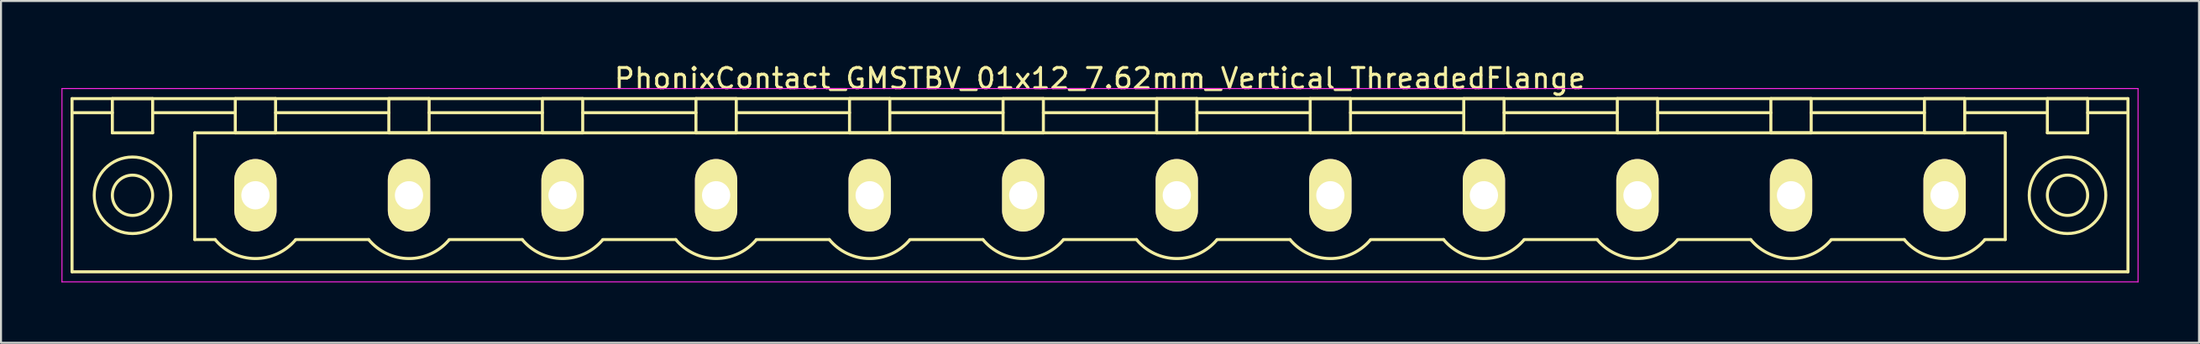
<source format=kicad_pcb>
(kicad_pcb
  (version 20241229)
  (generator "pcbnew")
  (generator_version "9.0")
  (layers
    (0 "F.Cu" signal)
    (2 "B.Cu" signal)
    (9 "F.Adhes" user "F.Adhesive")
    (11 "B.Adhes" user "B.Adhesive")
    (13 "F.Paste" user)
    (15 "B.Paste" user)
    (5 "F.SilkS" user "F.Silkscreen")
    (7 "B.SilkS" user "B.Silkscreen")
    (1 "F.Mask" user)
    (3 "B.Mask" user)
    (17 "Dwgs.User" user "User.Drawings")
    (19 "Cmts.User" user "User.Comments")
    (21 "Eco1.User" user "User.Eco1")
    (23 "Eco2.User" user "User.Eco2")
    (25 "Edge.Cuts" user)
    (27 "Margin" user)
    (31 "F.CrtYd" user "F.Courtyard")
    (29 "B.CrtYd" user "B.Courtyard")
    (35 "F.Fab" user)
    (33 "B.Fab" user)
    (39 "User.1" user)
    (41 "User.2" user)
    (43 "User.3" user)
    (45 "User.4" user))
  (footprint "PhonixContact_GMSTBV_01x12_7.62mm_Vertical_ThreadedFlange"
    (layer "F.Cu")
    (at 9.625 6.648)
    (property "Reference" "PhonixContact_GMSTBV_01x12_7.62mm_Vertical_ThreadedFlange" (at 41.91 -5.8 0) (layer "F.SilkS") (effects (font (size 1 1) (thickness 0.15))))
    (attr through_hole)
    (fp_line (start -9.1 -4.8) (end -9.1 3.8) (stroke (width 0.15) (type solid)) (layer "F.SilkS"))
    (fp_line (start -9.1 -4.1) (end -7.1 -4.1) (stroke (width 0.15) (type solid)) (layer "F.SilkS"))
    (fp_line (start -9.1 3.8) (end 92.92 3.8) (stroke (width 0.15) (type solid)) (layer "F.SilkS"))
    (fp_line (start -7.1 -4.8) (end -5.1 -4.8) (stroke (width 0.15) (type solid)) (layer "F.SilkS"))
    (fp_line (start -7.1 -3.1) (end -7.1 -4.8) (stroke (width 0.15) (type solid)) (layer "F.SilkS"))
    (fp_line (start -5.1 -4.8) (end -5.1 -3.1) (stroke (width 0.15) (type solid)) (layer "F.SilkS"))
    (fp_line (start -5.1 -4.1) (end -1 -4.1) (stroke (width 0.15) (type solid)) (layer "F.SilkS"))
    (fp_line (start -5.1 -3.1) (end -7.1 -3.1) (stroke (width 0.15) (type solid)) (layer "F.SilkS"))
    (fp_line (start -3.01 -3.1) (end 86.83 -3.1) (stroke (width 0.15) (type solid)) (layer "F.SilkS"))
    (fp_line (start -3.01 2.2) (end -3.01 -3.1) (stroke (width 0.15) (type solid)) (layer "F.SilkS"))
    (fp_line (start -2 2.2) (end -3.01 2.2) (stroke (width 0.15) (type solid)) (layer "F.SilkS"))
    (fp_line (start -1 -4.8) (end 1 -4.8) (stroke (width 0.15) (type solid)) (layer "F.SilkS"))
    (fp_line (start -1 -3.1) (end -1 -4.8) (stroke (width 0.15) (type solid)) (layer "F.SilkS"))
    (fp_line (start 1 -4.8) (end 1 -3.1) (stroke (width 0.15) (type solid)) (layer "F.SilkS"))
    (fp_line (start 1 -4.1) (end 6.62 -4.1) (stroke (width 0.15) (type solid)) (layer "F.SilkS"))
    (fp_line (start 1 -3.1) (end -1 -3.1) (stroke (width 0.15) (type solid)) (layer "F.SilkS"))
    (fp_line (start 2 2.2) (end 5.62 2.2) (stroke (width 0.15) (type solid)) (layer "F.SilkS"))
    (fp_line (start 6.62 -4.8) (end 8.62 -4.8) (stroke (width 0.15) (type solid)) (layer "F.SilkS"))
    (fp_line (start 6.62 -3.1) (end 6.62 -4.8) (stroke (width 0.15) (type solid)) (layer "F.SilkS"))
    (fp_line (start 8.62 -4.8) (end 8.62 -3.1) (stroke (width 0.15) (type solid)) (layer "F.SilkS"))
    (fp_line (start 8.62 -4.1) (end 14.24 -4.1) (stroke (width 0.15) (type solid)) (layer "F.SilkS"))
    (fp_line (start 8.62 -3.1) (end 6.62 -3.1) (stroke (width 0.15) (type solid)) (layer "F.SilkS"))
    (fp_line (start 9.62 2.2) (end 13.24 2.2) (stroke (width 0.15) (type solid)) (layer "F.SilkS"))
    (fp_line (start 14.24 -4.8) (end 16.24 -4.8) (stroke (width 0.15) (type solid)) (layer "F.SilkS"))
    (fp_line (start 14.24 -3.1) (end 14.24 -4.8) (stroke (width 0.15) (type solid)) (layer "F.SilkS"))
    (fp_line (start 16.24 -4.8) (end 16.24 -3.1) (stroke (width 0.15) (type solid)) (layer "F.SilkS"))
    (fp_line (start 16.24 -4.1) (end 21.86 -4.1) (stroke (width 0.15) (type solid)) (layer "F.SilkS"))
    (fp_line (start 16.24 -3.1) (end 14.24 -3.1) (stroke (width 0.15) (type solid)) (layer "F.SilkS"))
    (fp_line (start 17.24 2.2) (end 20.86 2.2) (stroke (width 0.15) (type solid)) (layer "F.SilkS"))
    (fp_line (start 21.86 -4.8) (end 23.86 -4.8) (stroke (width 0.15) (type solid)) (layer "F.SilkS"))
    (fp_line (start 21.86 -3.1) (end 21.86 -4.8) (stroke (width 0.15) (type solid)) (layer "F.SilkS"))
    (fp_line (start 23.86 -4.8) (end 23.86 -3.1) (stroke (width 0.15) (type solid)) (layer "F.SilkS"))
    (fp_line (start 23.86 -4.1) (end 29.48 -4.1) (stroke (width 0.15) (type solid)) (layer "F.SilkS"))
    (fp_line (start 23.86 -3.1) (end 21.86 -3.1) (stroke (width 0.15) (type solid)) (layer "F.SilkS"))
    (fp_line (start 24.86 2.2) (end 28.48 2.2) (stroke (width 0.15) (type solid)) (layer "F.SilkS"))
    (fp_line (start 29.48 -4.8) (end 31.48 -4.8) (stroke (width 0.15) (type solid)) (layer "F.SilkS"))
    (fp_line (start 29.48 -3.1) (end 29.48 -4.8) (stroke (width 0.15) (type solid)) (layer "F.SilkS"))
    (fp_line (start 31.48 -4.8) (end 31.48 -3.1) (stroke (width 0.15) (type solid)) (layer "F.SilkS"))
    (fp_line (start 31.48 -4.1) (end 37.1 -4.1) (stroke (width 0.15) (type solid)) (layer "F.SilkS"))
    (fp_line (start 31.48 -3.1) (end 29.48 -3.1) (stroke (width 0.15) (type solid)) (layer "F.SilkS"))
    (fp_line (start 32.48 2.2) (end 36.1 2.2) (stroke (width 0.15) (type solid)) (layer "F.SilkS"))
    (fp_line (start 37.1 -4.8) (end 39.1 -4.8) (stroke (width 0.15) (type solid)) (layer "F.SilkS"))
    (fp_line (start 37.1 -3.1) (end 37.1 -4.8) (stroke (width 0.15) (type solid)) (layer "F.SilkS"))
    (fp_line (start 39.1 -4.8) (end 39.1 -3.1) (stroke (width 0.15) (type solid)) (layer "F.SilkS"))
    (fp_line (start 39.1 -4.1) (end 44.72 -4.1) (stroke (width 0.15) (type solid)) (layer "F.SilkS"))
    (fp_line (start 39.1 -3.1) (end 37.1 -3.1) (stroke (width 0.15) (type solid)) (layer "F.SilkS"))
    (fp_line (start 40.1 2.2) (end 43.72 2.2) (stroke (width 0.15) (type solid)) (layer "F.SilkS"))
    (fp_line (start 44.72 -4.8) (end 46.72 -4.8) (stroke (width 0.15) (type solid)) (layer "F.SilkS"))
    (fp_line (start 44.72 -3.1) (end 44.72 -4.8) (stroke (width 0.15) (type solid)) (layer "F.SilkS"))
    (fp_line (start 46.72 -4.8) (end 46.72 -3.1) (stroke (width 0.15) (type solid)) (layer "F.SilkS"))
    (fp_line (start 46.72 -4.1) (end 52.34 -4.1) (stroke (width 0.15) (type solid)) (layer "F.SilkS"))
    (fp_line (start 46.72 -3.1) (end 44.72 -3.1) (stroke (width 0.15) (type solid)) (layer "F.SilkS"))
    (fp_line (start 47.72 2.2) (end 51.34 2.2) (stroke (width 0.15) (type solid)) (layer "F.SilkS"))
    (fp_line (start 52.34 -4.8) (end 54.34 -4.8) (stroke (width 0.15) (type solid)) (layer "F.SilkS"))
    (fp_line (start 52.34 -3.1) (end 52.34 -4.8) (stroke (width 0.15) (type solid)) (layer "F.SilkS"))
    (fp_line (start 54.34 -4.8) (end 54.34 -3.1) (stroke (width 0.15) (type solid)) (layer "F.SilkS"))
    (fp_line (start 54.34 -4.1) (end 59.96 -4.1) (stroke (width 0.15) (type solid)) (layer "F.SilkS"))
    (fp_line (start 54.34 -3.1) (end 52.34 -3.1) (stroke (width 0.15) (type solid)) (layer "F.SilkS"))
    (fp_line (start 55.34 2.2) (end 58.96 2.2) (stroke (width 0.15) (type solid)) (layer "F.SilkS"))
    (fp_line (start 59.96 -4.8) (end 61.96 -4.8) (stroke (width 0.15) (type solid)) (layer "F.SilkS"))
    (fp_line (start 59.96 -3.1) (end 59.96 -4.8) (stroke (width 0.15) (type solid)) (layer "F.SilkS"))
    (fp_line (start 61.96 -4.8) (end 61.96 -3.1) (stroke (width 0.15) (type solid)) (layer "F.SilkS"))
    (fp_line (start 61.96 -4.1) (end 67.58 -4.1) (stroke (width 0.15) (type solid)) (layer "F.SilkS"))
    (fp_line (start 61.96 -3.1) (end 59.96 -3.1) (stroke (width 0.15) (type solid)) (layer "F.SilkS"))
    (fp_line (start 62.96 2.2) (end 66.58 2.2) (stroke (width 0.15) (type solid)) (layer "F.SilkS"))
    (fp_line (start 67.58 -4.8) (end 69.58 -4.8) (stroke (width 0.15) (type solid)) (layer "F.SilkS"))
    (fp_line (start 67.58 -3.1) (end 67.58 -4.8) (stroke (width 0.15) (type solid)) (layer "F.SilkS"))
    (fp_line (start 69.58 -4.8) (end 69.58 -3.1) (stroke (width 0.15) (type solid)) (layer "F.SilkS"))
    (fp_line (start 69.58 -4.1) (end 75.2 -4.1) (stroke (width 0.15) (type solid)) (layer "F.SilkS"))
    (fp_line (start 69.58 -3.1) (end 67.58 -3.1) (stroke (width 0.15) (type solid)) (layer "F.SilkS"))
    (fp_line (start 70.58 2.2) (end 74.2 2.2) (stroke (width 0.15) (type solid)) (layer "F.SilkS"))
    (fp_line (start 75.2 -4.8) (end 77.2 -4.8) (stroke (width 0.15) (type solid)) (layer "F.SilkS"))
    (fp_line (start 75.2 -3.1) (end 75.2 -4.8) (stroke (width 0.15) (type solid)) (layer "F.SilkS"))
    (fp_line (start 77.2 -4.8) (end 77.2 -3.1) (stroke (width 0.15) (type solid)) (layer "F.SilkS"))
    (fp_line (start 77.2 -4.1) (end 82.82 -4.1) (stroke (width 0.15) (type solid)) (layer "F.SilkS"))
    (fp_line (start 77.2 -3.1) (end 75.2 -3.1) (stroke (width 0.15) (type solid)) (layer "F.SilkS"))
    (fp_line (start 78.2 2.2) (end 81.82 2.2) (stroke (width 0.15) (type solid)) (layer "F.SilkS"))
    (fp_line (start 82.82 -4.8) (end 84.82 -4.8) (stroke (width 0.15) (type solid)) (layer "F.SilkS"))
    (fp_line (start 82.82 -3.1) (end 82.82 -4.8) (stroke (width 0.15) (type solid)) (layer "F.SilkS"))
    (fp_line (start 84.82 -4.8) (end 84.82 -3.1) (stroke (width 0.15) (type solid)) (layer "F.SilkS"))
    (fp_line (start 84.82 -4.1) (end 88.92 -4.1) (stroke (width 0.15) (type solid)) (layer "F.SilkS"))
    (fp_line (start 84.82 -3.1) (end 82.82 -3.1) (stroke (width 0.15) (type solid)) (layer "F.SilkS"))
    (fp_line (start 86.83 -3.1) (end 86.83 2.2) (stroke (width 0.15) (type solid)) (layer "F.SilkS"))
    (fp_line (start 86.83 2.2) (end 85.82 2.2) (stroke (width 0.15) (type solid)) (layer "F.SilkS"))
    (fp_line (start 88.92 -4.8) (end 90.92 -4.8) (stroke (width 0.15) (type solid)) (layer "F.SilkS"))
    (fp_line (start 88.92 -3.1) (end 88.92 -4.8) (stroke (width 0.15) (type solid)) (layer "F.SilkS"))
    (fp_line (start 90.92 -4.8) (end 90.92 -3.1) (stroke (width 0.15) (type solid)) (layer "F.SilkS"))
    (fp_line (start 90.92 -3.1) (end 88.92 -3.1) (stroke (width 0.15) (type solid)) (layer "F.SilkS"))
    (fp_line (start 92.92 -4.8) (end -9.1 -4.8) (stroke (width 0.15) (type solid)) (layer "F.SilkS"))
    (fp_line (start 92.92 -4.1) (end 90.92 -4.1) (stroke (width 0.15) (type solid)) (layer "F.SilkS"))
    (fp_line (start 92.92 3.8) (end 92.92 -4.8) (stroke (width 0.15) (type solid)) (layer "F.SilkS"))
    (fp_arc (start 1.986842 2.215821) (mid -0.010289 3.142758) (end -2 2.2) (stroke (width 0.15) (type solid)) (layer "F.SilkS"))
    (fp_arc (start 9.606842 2.215821) (mid 7.609711 3.142758) (end 5.62 2.2) (stroke (width 0.15) (type solid)) (layer "F.SilkS"))
    (fp_arc (start 17.226842 2.215821) (mid 15.229711 3.142758) (end 13.24 2.2) (stroke (width 0.15) (type solid)) (layer "F.SilkS"))
    (fp_arc (start 24.846842 2.215821) (mid 22.849711 3.142758) (end 20.86 2.2) (stroke (width 0.15) (type solid)) (layer "F.SilkS"))
    (fp_arc (start 32.466842 2.215821) (mid 30.469711 3.142758) (end 28.48 2.2) (stroke (width 0.15) (type solid)) (layer "F.SilkS"))
    (fp_arc (start 40.086842 2.215821) (mid 38.089711 3.142758) (end 36.1 2.2) (stroke (width 0.15) (type solid)) (layer "F.SilkS"))
    (fp_arc (start 47.706842 2.215821) (mid 45.709711 3.142758) (end 43.72 2.2) (stroke (width 0.15) (type solid)) (layer "F.SilkS"))
    (fp_arc (start 55.326842 2.215821) (mid 53.329711 3.142758) (end 51.34 2.2) (stroke (width 0.15) (type solid)) (layer "F.SilkS"))
    (fp_arc (start 62.946842 2.215821) (mid 60.949711 3.142758) (end 58.96 2.2) (stroke (width 0.15) (type solid)) (layer "F.SilkS"))
    (fp_arc (start 70.566842 2.215821) (mid 68.569711 3.142758) (end 66.58 2.2) (stroke (width 0.15) (type solid)) (layer "F.SilkS"))
    (fp_arc (start 78.186842 2.215821) (mid 76.189711 3.142758) (end 74.2 2.2) (stroke (width 0.15) (type solid)) (layer "F.SilkS"))
    (fp_arc (start 85.806842 2.215821) (mid 83.809711 3.142758) (end 81.82 2.2) (stroke (width 0.15) (type solid)) (layer "F.SilkS"))
    (fp_circle (center -6.1 0) (end -5.1 0) (stroke (width 0.15) (type solid)) (fill no) (layer "F.SilkS"))
    (fp_circle (center -6.1 0) (end -4.2 0) (stroke (width 0.15) (type solid)) (fill no) (layer "F.SilkS"))
    (fp_circle (center 89.92 0) (end 90.92 0) (stroke (width 0.15) (type solid)) (fill no) (layer "F.SilkS"))
    (fp_circle (center 89.92 0) (end 91.82 0) (stroke (width 0.15) (type solid)) (fill no) (layer "F.SilkS"))
    (fp_line (start -9.6 -5.3) (end -9.6 4.3) (stroke (width 0.05) (type solid)) (layer "F.CrtYd"))
    (fp_line (start -9.6 4.3) (end 93.42 4.3) (stroke (width 0.05) (type solid)) (layer "F.CrtYd"))
    (fp_line (start 93.42 -5.3) (end -9.6 -5.3) (stroke (width 0.05) (type solid)) (layer "F.CrtYd"))
    (fp_line (start 93.42 4.3) (end 93.42 -5.3) (stroke (width 0.05) (type solid)) (layer "F.CrtYd"))
    (pad "1" thru_hole oval (at 0 0) (size 2.1 3.6) (drill 1.4) (layers "*.Cu" "*.Mask" "F.SilkS"))
    (pad "2" thru_hole oval (at 7.62 0) (size 2.1 3.6) (drill 1.4) (layers "*.Cu" "*.Mask" "F.SilkS"))
    (pad "3" thru_hole oval (at 15.24 0) (size 2.1 3.6) (drill 1.4) (layers "*.Cu" "*.Mask" "F.SilkS"))
    (pad "4" thru_hole oval (at 22.86 0) (size 2.1 3.6) (drill 1.4) (layers "*.Cu" "*.Mask" "F.SilkS"))
    (pad "5" thru_hole oval (at 30.48 0) (size 2.1 3.6) (drill 1.4) (layers "*.Cu" "*.Mask" "F.SilkS"))
    (pad "6" thru_hole oval (at 38.1 0) (size 2.1 3.6) (drill 1.4) (layers "*.Cu" "*.Mask" "F.SilkS"))
    (pad "7" thru_hole oval (at 45.72 0) (size 2.1 3.6) (drill 1.4) (layers "*.Cu" "*.Mask" "F.SilkS"))
    (pad "8" thru_hole oval (at 53.34 0) (size 2.1 3.6) (drill 1.4) (layers "*.Cu" "*.Mask" "F.SilkS"))
    (pad "9" thru_hole oval (at 60.96 0) (size 2.1 3.6) (drill 1.4) (layers "*.Cu" "*.Mask" "F.SilkS"))
    (pad "10" thru_hole oval (at 68.58 0) (size 2.1 3.6) (drill 1.4) (layers "*.Cu" "*.Mask" "F.SilkS"))
    (pad "11" thru_hole oval (at 76.2 0) (size 2.1 3.6) (drill 1.4) (layers "*.Cu" "*.Mask" "F.SilkS"))
    (pad "12" thru_hole oval (at 83.82 0) (size 2.1 3.6) (drill 1.4) (layers "*.Cu" "*.Mask" "F.SilkS")))
  (gr_rect
    (start -3 -3)
    (end 106.07 13.973)
    (stroke (width 0.1) (type default))
    (fill no)
    (layer "Edge.Cuts")))
</source>
